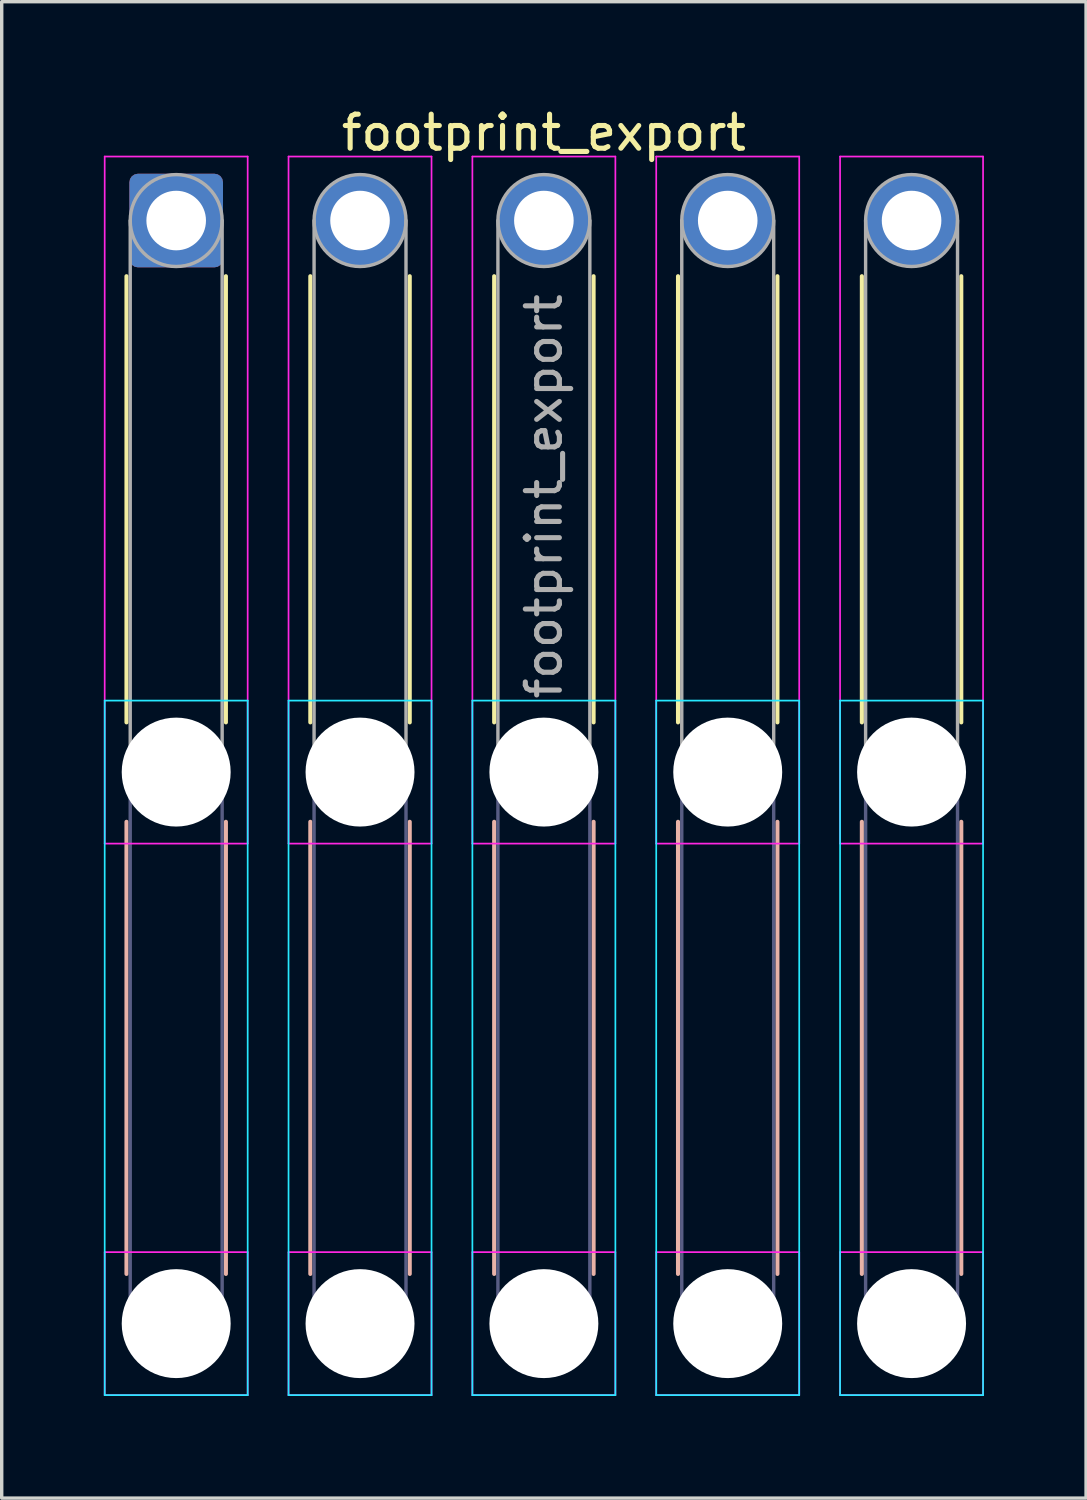
<source format=kicad_pcb>
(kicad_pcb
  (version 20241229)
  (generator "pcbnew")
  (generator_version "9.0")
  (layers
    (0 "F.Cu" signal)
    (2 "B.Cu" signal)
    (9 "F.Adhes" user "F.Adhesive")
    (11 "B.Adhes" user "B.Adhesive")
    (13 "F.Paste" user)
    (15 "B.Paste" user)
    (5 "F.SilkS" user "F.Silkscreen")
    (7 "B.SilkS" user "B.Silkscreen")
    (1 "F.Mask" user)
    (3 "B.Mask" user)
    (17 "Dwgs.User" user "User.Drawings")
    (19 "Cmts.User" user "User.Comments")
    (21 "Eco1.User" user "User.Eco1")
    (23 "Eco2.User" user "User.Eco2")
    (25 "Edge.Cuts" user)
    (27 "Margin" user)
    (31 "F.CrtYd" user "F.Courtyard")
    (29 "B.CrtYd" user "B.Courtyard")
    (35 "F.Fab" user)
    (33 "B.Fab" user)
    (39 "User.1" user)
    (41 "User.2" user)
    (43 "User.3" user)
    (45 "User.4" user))
  (footprint "footprint_export"
    (layer "F.Cu")
    (at 2.125 3.428)
    (property "Reference" "footprint_export" (at 10.8 -2.58 0) (layer "F.SilkS") (effects (font (size 1 1) (thickness 0.15))))
    (attr exclude_from_pos_files exclude_from_bom)
    (fp_line (start -1.46 1.635) (end -1.46 14.74) (stroke (width 0.12) (type solid)) (layer "F.SilkS"))
    (fp_line (start 1.46 1.635) (end 1.46 14.74) (stroke (width 0.12) (type solid)) (layer "F.SilkS"))
    (fp_line (start 3.94 1.635) (end 3.94 14.74) (stroke (width 0.12) (type solid)) (layer "F.SilkS"))
    (fp_line (start 6.86 1.635) (end 6.86 14.74) (stroke (width 0.12) (type solid)) (layer "F.SilkS"))
    (fp_line (start 9.34 1.635) (end 9.34 14.74) (stroke (width 0.12) (type solid)) (layer "F.SilkS"))
    (fp_line (start 12.26 1.635) (end 12.26 14.74) (stroke (width 0.12) (type solid)) (layer "F.SilkS"))
    (fp_line (start 14.74 1.635) (end 14.74 14.74) (stroke (width 0.12) (type solid)) (layer "F.SilkS"))
    (fp_line (start 17.66 1.635) (end 17.66 14.74) (stroke (width 0.12) (type solid)) (layer "F.SilkS"))
    (fp_line (start 20.14 1.635) (end 20.14 14.74) (stroke (width 0.12) (type solid)) (layer "F.SilkS"))
    (fp_line (start 23.06 1.635) (end 23.06 14.74) (stroke (width 0.12) (type solid)) (layer "F.SilkS"))
    (fp_line (start -1.46 17.66) (end -1.46 30.94) (stroke (width 0.12) (type solid)) (layer "B.SilkS"))
    (fp_line (start 1.46 17.66) (end 1.46 30.94) (stroke (width 0.12) (type solid)) (layer "B.SilkS"))
    (fp_line (start 3.94 17.66) (end 3.94 30.94) (stroke (width 0.12) (type solid)) (layer "B.SilkS"))
    (fp_line (start 6.86 17.66) (end 6.86 30.94) (stroke (width 0.12) (type solid)) (layer "B.SilkS"))
    (fp_line (start 9.34 17.66) (end 9.34 30.94) (stroke (width 0.12) (type solid)) (layer "B.SilkS"))
    (fp_line (start 12.26 17.66) (end 12.26 30.94) (stroke (width 0.12) (type solid)) (layer "B.SilkS"))
    (fp_line (start 14.74 17.66) (end 14.74 30.94) (stroke (width 0.12) (type solid)) (layer "B.SilkS"))
    (fp_line (start 17.66 17.66) (end 17.66 30.94) (stroke (width 0.12) (type solid)) (layer "B.SilkS"))
    (fp_line (start 20.14 17.66) (end 20.14 30.94) (stroke (width 0.12) (type solid)) (layer "B.SilkS"))
    (fp_line (start 23.06 17.66) (end 23.06 30.94) (stroke (width 0.12) (type solid)) (layer "B.SilkS"))
    (fp_line (start -2.1 14.1) (end -2.1 34.5) (stroke (width 0.05) (type solid)) (layer "B.CrtYd"))
    (fp_line (start -2.1 34.5) (end 2.1 34.5) (stroke (width 0.05) (type solid)) (layer "B.CrtYd"))
    (fp_line (start 2.1 14.1) (end -2.1 14.1) (stroke (width 0.05) (type solid)) (layer "B.CrtYd"))
    (fp_line (start 2.1 34.5) (end 2.1 14.1) (stroke (width 0.05) (type solid)) (layer "B.CrtYd"))
    (fp_line (start 3.3 14.1) (end 3.3 34.5) (stroke (width 0.05) (type solid)) (layer "B.CrtYd"))
    (fp_line (start 3.3 34.5) (end 7.5 34.5) (stroke (width 0.05) (type solid)) (layer "B.CrtYd"))
    (fp_line (start 7.5 14.1) (end 3.3 14.1) (stroke (width 0.05) (type solid)) (layer "B.CrtYd"))
    (fp_line (start 7.5 34.5) (end 7.5 14.1) (stroke (width 0.05) (type solid)) (layer "B.CrtYd"))
    (fp_line (start 8.7 14.1) (end 8.7 34.5) (stroke (width 0.05) (type solid)) (layer "B.CrtYd"))
    (fp_line (start 8.7 34.5) (end 12.9 34.5) (stroke (width 0.05) (type solid)) (layer "B.CrtYd"))
    (fp_line (start 12.9 14.1) (end 8.7 14.1) (stroke (width 0.05) (type solid)) (layer "B.CrtYd"))
    (fp_line (start 12.9 34.5) (end 12.9 14.1) (stroke (width 0.05) (type solid)) (layer "B.CrtYd"))
    (fp_line (start 14.1 14.1) (end 14.1 34.5) (stroke (width 0.05) (type solid)) (layer "B.CrtYd"))
    (fp_line (start 14.1 34.5) (end 18.3 34.5) (stroke (width 0.05) (type solid)) (layer "B.CrtYd"))
    (fp_line (start 18.3 14.1) (end 14.1 14.1) (stroke (width 0.05) (type solid)) (layer "B.CrtYd"))
    (fp_line (start 18.3 34.5) (end 18.3 14.1) (stroke (width 0.05) (type solid)) (layer "B.CrtYd"))
    (fp_line (start 19.5 14.1) (end 19.5 34.5) (stroke (width 0.05) (type solid)) (layer "B.CrtYd"))
    (fp_line (start 19.5 34.5) (end 23.7 34.5) (stroke (width 0.05) (type solid)) (layer "B.CrtYd"))
    (fp_line (start 23.7 14.1) (end 19.5 14.1) (stroke (width 0.05) (type solid)) (layer "B.CrtYd"))
    (fp_line (start 23.7 34.5) (end 23.7 14.1) (stroke (width 0.05) (type solid)) (layer "B.CrtYd"))
    (fp_line (start -2.1 -1.88) (end -2.1 18.3) (stroke (width 0.05) (type solid)) (layer "F.CrtYd"))
    (fp_line (start -2.1 18.3) (end 2.1 18.3) (stroke (width 0.05) (type solid)) (layer "F.CrtYd"))
    (fp_line (start -2.1 30.3) (end -2.1 34.5) (stroke (width 0.05) (type solid)) (layer "F.CrtYd"))
    (fp_line (start -2.1 34.5) (end 2.1 34.5) (stroke (width 0.05) (type solid)) (layer "F.CrtYd"))
    (fp_line (start 2.1 -1.88) (end -2.1 -1.88) (stroke (width 0.05) (type solid)) (layer "F.CrtYd"))
    (fp_line (start 2.1 18.3) (end 2.1 -1.88) (stroke (width 0.05) (type solid)) (layer "F.CrtYd"))
    (fp_line (start 2.1 30.3) (end -2.1 30.3) (stroke (width 0.05) (type solid)) (layer "F.CrtYd"))
    (fp_line (start 2.1 34.5) (end 2.1 30.3) (stroke (width 0.05) (type solid)) (layer "F.CrtYd"))
    (fp_line (start 3.3 -1.88) (end 3.3 18.3) (stroke (width 0.05) (type solid)) (layer "F.CrtYd"))
    (fp_line (start 3.3 18.3) (end 7.5 18.3) (stroke (width 0.05) (type solid)) (layer "F.CrtYd"))
    (fp_line (start 3.3 30.3) (end 3.3 34.5) (stroke (width 0.05) (type solid)) (layer "F.CrtYd"))
    (fp_line (start 3.3 34.5) (end 7.5 34.5) (stroke (width 0.05) (type solid)) (layer "F.CrtYd"))
    (fp_line (start 7.5 -1.88) (end 3.3 -1.88) (stroke (width 0.05) (type solid)) (layer "F.CrtYd"))
    (fp_line (start 7.5 18.3) (end 7.5 -1.88) (stroke (width 0.05) (type solid)) (layer "F.CrtYd"))
    (fp_line (start 7.5 30.3) (end 3.3 30.3) (stroke (width 0.05) (type solid)) (layer "F.CrtYd"))
    (fp_line (start 7.5 34.5) (end 7.5 30.3) (stroke (width 0.05) (type solid)) (layer "F.CrtYd"))
    (fp_line (start 8.7 -1.88) (end 8.7 18.3) (stroke (width 0.05) (type solid)) (layer "F.CrtYd"))
    (fp_line (start 8.7 18.3) (end 12.9 18.3) (stroke (width 0.05) (type solid)) (layer "F.CrtYd"))
    (fp_line (start 8.7 30.3) (end 8.7 34.5) (stroke (width 0.05) (type solid)) (layer "F.CrtYd"))
    (fp_line (start 8.7 34.5) (end 12.9 34.5) (stroke (width 0.05) (type solid)) (layer "F.CrtYd"))
    (fp_line (start 12.9 -1.88) (end 8.7 -1.88) (stroke (width 0.05) (type solid)) (layer "F.CrtYd"))
    (fp_line (start 12.9 18.3) (end 12.9 -1.88) (stroke (width 0.05) (type solid)) (layer "F.CrtYd"))
    (fp_line (start 12.9 30.3) (end 8.7 30.3) (stroke (width 0.05) (type solid)) (layer "F.CrtYd"))
    (fp_line (start 12.9 34.5) (end 12.9 30.3) (stroke (width 0.05) (type solid)) (layer "F.CrtYd"))
    (fp_line (start 14.1 -1.88) (end 14.1 18.3) (stroke (width 0.05) (type solid)) (layer "F.CrtYd"))
    (fp_line (start 14.1 18.3) (end 18.3 18.3) (stroke (width 0.05) (type solid)) (layer "F.CrtYd"))
    (fp_line (start 14.1 30.3) (end 14.1 34.5) (stroke (width 0.05) (type solid)) (layer "F.CrtYd"))
    (fp_line (start 14.1 34.5) (end 18.3 34.5) (stroke (width 0.05) (type solid)) (layer "F.CrtYd"))
    (fp_line (start 18.3 -1.88) (end 14.1 -1.88) (stroke (width 0.05) (type solid)) (layer "F.CrtYd"))
    (fp_line (start 18.3 18.3) (end 18.3 -1.88) (stroke (width 0.05) (type solid)) (layer "F.CrtYd"))
    (fp_line (start 18.3 30.3) (end 14.1 30.3) (stroke (width 0.05) (type solid)) (layer "F.CrtYd"))
    (fp_line (start 18.3 34.5) (end 18.3 30.3) (stroke (width 0.05) (type solid)) (layer "F.CrtYd"))
    (fp_line (start 19.5 -1.88) (end 19.5 18.3) (stroke (width 0.05) (type solid)) (layer "F.CrtYd"))
    (fp_line (start 19.5 18.3) (end 23.7 18.3) (stroke (width 0.05) (type solid)) (layer "F.CrtYd"))
    (fp_line (start 19.5 30.3) (end 19.5 34.5) (stroke (width 0.05) (type solid)) (layer "F.CrtYd"))
    (fp_line (start 19.5 34.5) (end 23.7 34.5) (stroke (width 0.05) (type solid)) (layer "F.CrtYd"))
    (fp_line (start 23.7 -1.88) (end 19.5 -1.88) (stroke (width 0.05) (type solid)) (layer "F.CrtYd"))
    (fp_line (start 23.7 18.3) (end 23.7 -1.88) (stroke (width 0.05) (type solid)) (layer "F.CrtYd"))
    (fp_line (start 23.7 30.3) (end 19.5 30.3) (stroke (width 0.05) (type solid)) (layer "F.CrtYd"))
    (fp_line (start 23.7 34.5) (end 23.7 30.3) (stroke (width 0.05) (type solid)) (layer "F.CrtYd"))
    (fp_line (start -1.35 16.2) (end -1.35 32.4) (stroke (width 0.1) (type solid)) (layer "B.Fab"))
    (fp_line (start 1.35 16.2) (end 1.35 32.4) (stroke (width 0.1) (type solid)) (layer "B.Fab"))
    (fp_line (start 4.05 16.2) (end 4.05 32.4) (stroke (width 0.1) (type solid)) (layer "B.Fab"))
    (fp_line (start 6.75 16.2) (end 6.75 32.4) (stroke (width 0.1) (type solid)) (layer "B.Fab"))
    (fp_line (start 9.45 16.2) (end 9.45 32.4) (stroke (width 0.1) (type solid)) (layer "B.Fab"))
    (fp_line (start 12.15 16.2) (end 12.15 32.4) (stroke (width 0.1) (type solid)) (layer "B.Fab"))
    (fp_line (start 14.85 16.2) (end 14.85 32.4) (stroke (width 0.1) (type solid)) (layer "B.Fab"))
    (fp_line (start 17.55 16.2) (end 17.55 32.4) (stroke (width 0.1) (type solid)) (layer "B.Fab"))
    (fp_line (start 20.25 16.2) (end 20.25 32.4) (stroke (width 0.1) (type solid)) (layer "B.Fab"))
    (fp_line (start 22.95 16.2) (end 22.95 32.4) (stroke (width 0.1) (type solid)) (layer "B.Fab"))
    (fp_circle (center 0 16.2) (end 1.35 16.2) (stroke (width 0.1) (type solid)) (fill no) (layer "B.Fab"))
    (fp_circle (center 0 32.4) (end 1.35 32.4) (stroke (width 0.1) (type solid)) (fill no) (layer "B.Fab"))
    (fp_circle (center 5.4 16.2) (end 6.75 16.2) (stroke (width 0.1) (type solid)) (fill no) (layer "B.Fab"))
    (fp_circle (center 5.4 32.4) (end 6.75 32.4) (stroke (width 0.1) (type solid)) (fill no) (layer "B.Fab"))
    (fp_circle (center 10.8 16.2) (end 12.15 16.2) (stroke (width 0.1) (type solid)) (fill no) (layer "B.Fab"))
    (fp_circle (center 10.8 32.4) (end 12.15 32.4) (stroke (width 0.1) (type solid)) (fill no) (layer "B.Fab"))
    (fp_circle (center 16.2 16.2) (end 17.55 16.2) (stroke (width 0.1) (type solid)) (fill no) (layer "B.Fab"))
    (fp_circle (center 16.2 32.4) (end 17.55 32.4) (stroke (width 0.1) (type solid)) (fill no) (layer "B.Fab"))
    (fp_circle (center 21.6 16.2) (end 22.95 16.2) (stroke (width 0.1) (type solid)) (fill no) (layer "B.Fab"))
    (fp_circle (center 21.6 32.4) (end 22.95 32.4) (stroke (width 0.1) (type solid)) (fill no) (layer "B.Fab"))
    (fp_line (start -1.35 0) (end -1.35 16.2) (stroke (width 0.1) (type solid)) (layer "F.Fab"))
    (fp_line (start 1.35 0) (end 1.35 16.2) (stroke (width 0.1) (type solid)) (layer "F.Fab"))
    (fp_line (start 4.05 0) (end 4.05 16.2) (stroke (width 0.1) (type solid)) (layer "F.Fab"))
    (fp_line (start 6.75 0) (end 6.75 16.2) (stroke (width 0.1) (type solid)) (layer "F.Fab"))
    (fp_line (start 9.45 0) (end 9.45 16.2) (stroke (width 0.1) (type solid)) (layer "F.Fab"))
    (fp_line (start 12.15 0) (end 12.15 16.2) (stroke (width 0.1) (type solid)) (layer "F.Fab"))
    (fp_line (start 14.85 0) (end 14.85 16.2) (stroke (width 0.1) (type solid)) (layer "F.Fab"))
    (fp_line (start 17.55 0) (end 17.55 16.2) (stroke (width 0.1) (type solid)) (layer "F.Fab"))
    (fp_line (start 20.25 0) (end 20.25 16.2) (stroke (width 0.1) (type solid)) (layer "F.Fab"))
    (fp_line (start 22.95 0) (end 22.95 16.2) (stroke (width 0.1) (type solid)) (layer "F.Fab"))
    (fp_circle (center 0 0) (end 1.35 0) (stroke (width 0.1) (type solid)) (fill no) (layer "F.Fab"))
    (fp_circle (center 0 16.2) (end 1.35 16.2) (stroke (width 0.1) (type solid)) (fill no) (layer "F.Fab"))
    (fp_circle (center 0 32.4) (end 1.35 32.4) (stroke (width 0.1) (type solid)) (fill no) (layer "F.Fab"))
    (fp_circle (center 5.4 0) (end 6.75 0) (stroke (width 0.1) (type solid)) (fill no) (layer "F.Fab"))
    (fp_circle (center 5.4 16.2) (end 6.75 16.2) (stroke (width 0.1) (type solid)) (fill no) (layer "F.Fab"))
    (fp_circle (center 5.4 32.4) (end 6.75 32.4) (stroke (width 0.1) (type solid)) (fill no) (layer "F.Fab"))
    (fp_circle (center 10.8 0) (end 12.15 0) (stroke (width 0.1) (type solid)) (fill no) (layer "F.Fab"))
    (fp_circle (center 10.8 16.2) (end 12.15 16.2) (stroke (width 0.1) (type solid)) (fill no) (layer "F.Fab"))
    (fp_circle (center 10.8 32.4) (end 12.15 32.4) (stroke (width 0.1) (type solid)) (fill no) (layer "F.Fab"))
    (fp_circle (center 16.2 0) (end 17.55 0) (stroke (width 0.1) (type solid)) (fill no) (layer "F.Fab"))
    (fp_circle (center 16.2 16.2) (end 17.55 16.2) (stroke (width 0.1) (type solid)) (fill no) (layer "F.Fab"))
    (fp_circle (center 16.2 32.4) (end 17.55 32.4) (stroke (width 0.1) (type solid)) (fill no) (layer "F.Fab"))
    (fp_circle (center 21.6 0) (end 22.95 0) (stroke (width 0.1) (type solid)) (fill no) (layer "F.Fab"))
    (fp_circle (center 21.6 16.2) (end 22.95 16.2) (stroke (width 0.1) (type solid)) (fill no) (layer "F.Fab"))
    (fp_circle (center 21.6 32.4) (end 22.95 32.4) (stroke (width 0.1) (type solid)) (fill no) (layer "F.Fab"))
    (fp_text user "${REFERENCE}" (at 10.8 8.1 90) (layer "F.Fab") (effects (font (size 1 1) (thickness 0.15))))
    (pad "" np_thru_hole circle (at 0 16.2) (size 3.2 3.2) (drill 3.2) (layers "*.Cu" "*.Mask"))
    (pad "" np_thru_hole circle (at 0 32.4) (size 3.2 3.2) (drill 3.2) (layers "*.Cu" "*.Mask"))
    (pad "" np_thru_hole circle (at 5.4 16.2) (size 3.2 3.2) (drill 3.2) (layers "*.Cu" "*.Mask"))
    (pad "" np_thru_hole circle (at 5.4 32.4) (size 3.2 3.2) (drill 3.2) (layers "*.Cu" "*.Mask"))
    (pad "" np_thru_hole circle (at 10.8 16.2) (size 3.2 3.2) (drill 3.2) (layers "*.Cu" "*.Mask"))
    (pad "" np_thru_hole circle (at 10.8 32.4) (size 3.2 3.2) (drill 3.2) (layers "*.Cu" "*.Mask"))
    (pad "" np_thru_hole circle (at 16.2 16.2) (size 3.2 3.2) (drill 3.2) (layers "*.Cu" "*.Mask"))
    (pad "" np_thru_hole circle (at 16.2 32.4) (size 3.2 3.2) (drill 3.2) (layers "*.Cu" "*.Mask"))
    (pad "" np_thru_hole circle (at 21.6 16.2) (size 3.2 3.2) (drill 3.2) (layers "*.Cu" "*.Mask"))
    (pad "" np_thru_hole circle (at 21.6 32.4) (size 3.2 3.2) (drill 3.2) (layers "*.Cu" "*.Mask"))
    (pad "1" thru_hole roundrect (at 0 0) (size 2.75 2.75) (drill 1.75) (layers "*.Cu" "*.Mask") (roundrect_rratio 0.091))
    (pad "2" thru_hole circle (at 5.4 0) (size 2.75 2.75) (drill 1.75) (layers "*.Cu" "*.Mask"))
    (pad "3" thru_hole circle (at 10.8 0) (size 2.75 2.75) (drill 1.75) (layers "*.Cu" "*.Mask"))
    (pad "4" thru_hole circle (at 16.2 0) (size 2.75 2.75) (drill 1.75) (layers "*.Cu" "*.Mask"))
    (pad "5" thru_hole circle (at 21.6 0) (size 2.75 2.75) (drill 1.75) (layers "*.Cu" "*.Mask")))
  (gr_rect
    (start -3 -3)
    (end 28.85 40.953)
    (stroke (width 0.1) (type default))
    (fill no)
    (layer "Edge.Cuts")))
</source>
